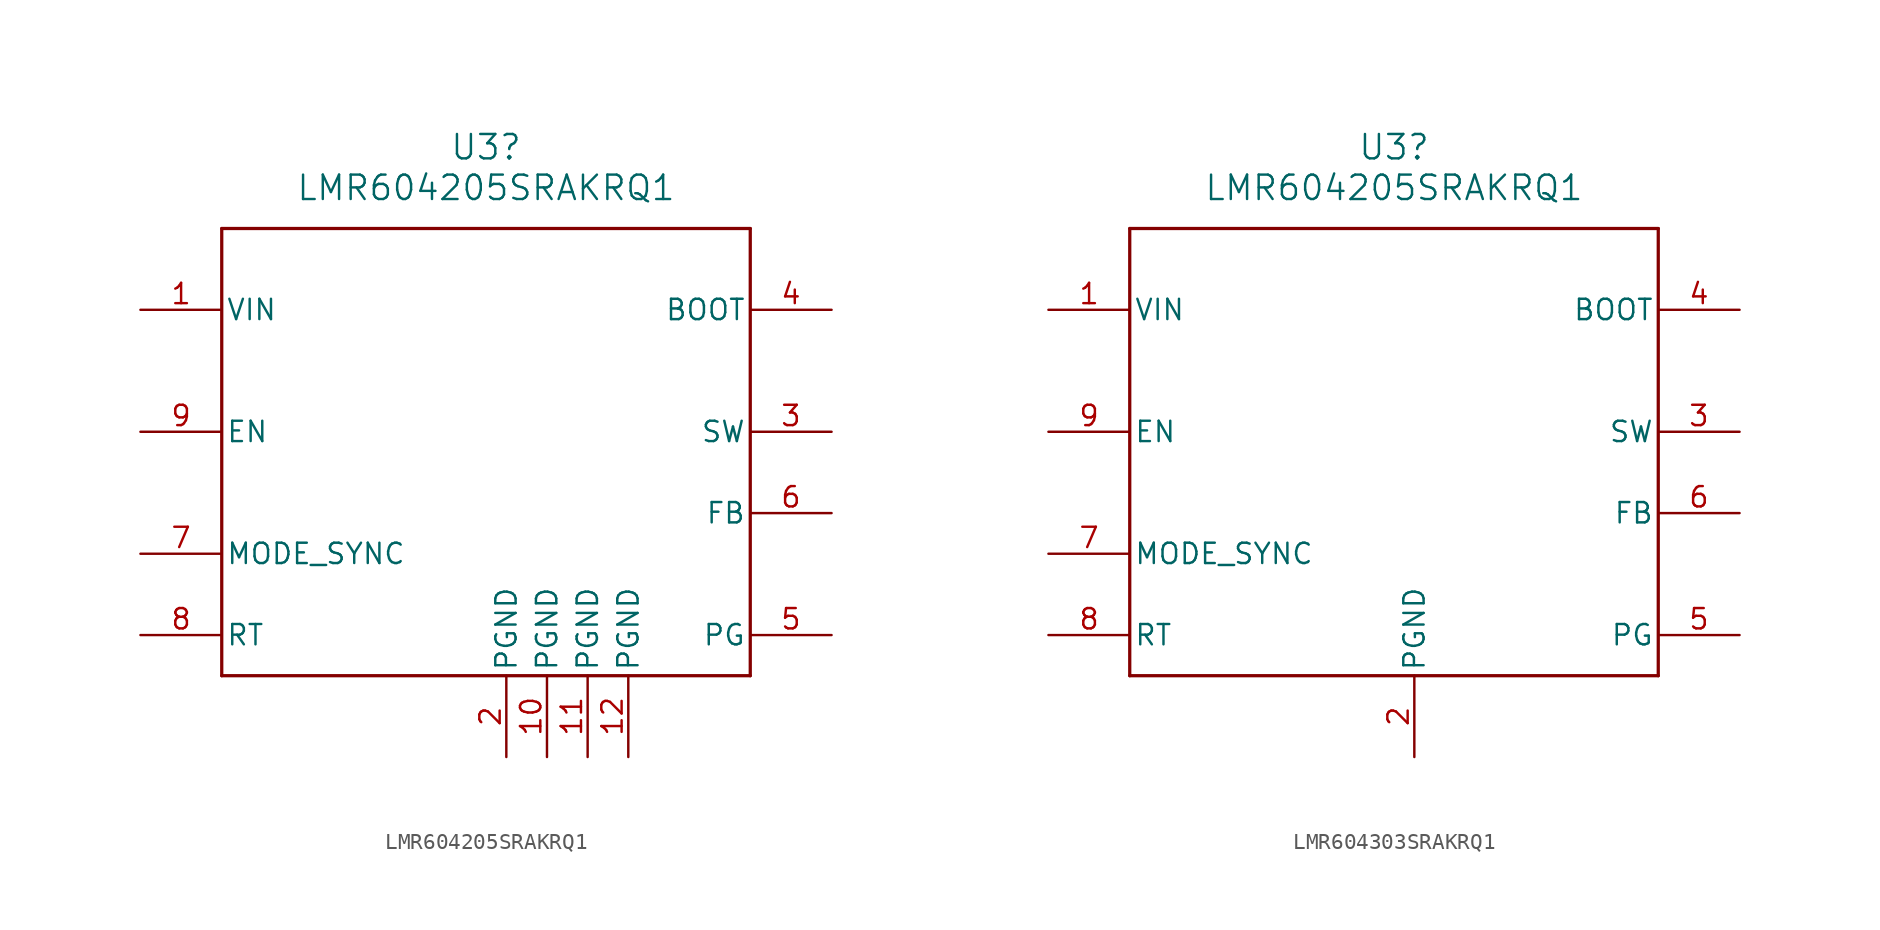
<source format=kicad_sym>
(kicad_symbol_lib
  (version 20241209)
  (generator "kicad_symbol_editor")
  (generator_version "9.0")
  (symbol "LMR604205SRAKRQ1"
    (pin_names
      (offset 0.254))
    (property "Reference" "U3"
      (at 21.59 10.16 0)
      (effects (font (size 1.524 1.524))))
    (property "Value" "LMR604205SRAKRQ1"
      (at 21.59 7.62 0)
      (effects (font (size 1.524 1.524))))
    (property "ki_locked" ""
      (at 0 0 0)
      (effects (font (size 1.27 1.27))))
    (symbol "LMR604205SRAKRQ1_0_1"
      (polyline (pts (xy 5.08 5.08) (xy 5.08 -22.86)) (stroke (width 0.203) (type default)) (fill (type none)))
      (polyline (pts (xy 5.08 -22.86) (xy 38.1 -22.86)) (stroke (width 0.203) (type default)) (fill (type none)))
      (polyline (pts (xy 38.1 5.08) (xy 5.08 5.08)) (stroke (width 0.203) (type default)) (fill (type none)))
      (polyline (pts (xy 38.1 -22.86) (xy 38.1 5.08)) (stroke (width 0.203) (type default)) (fill (type none)))
      (pin power_in line (at 0 0 0) (length 5.08) (name "VIN" (effects (font (size 1.27 1.27)))) (number "1" (effects (font (size 1.27 1.27)))))
      (pin input line (at 0 -7.62 0) (length 5.08) (name "EN" (effects (font (size 1.27 1.27)))) (number "9" (effects (font (size 1.27 1.27)))))
      (pin input line (at 0 -15.24 0) (length 5.08) (name "MODE_SYNC" (effects (font (size 1.27 1.27)))) (number "7" (effects (font (size 1.27 1.27)))))
      (pin input line (at 0 -20.32 0) (length 5.08) (name "RT" (effects (font (size 1.27 1.27)))) (number "8" (effects (font (size 1.27 1.27)))))
      (pin power_in line (at 22.86 -27.94 90) (length 5.08) (name "PGND" (effects (font (size 1.27 1.27)))) (number "2" (effects (font (size 1.27 1.27)))))
      (pin power_in line (at 25.4 -27.94 90) (length 5.08) (name "PGND" (effects (font (size 1.27 1.27)))) (number "10" (effects (font (size 1.27 1.27)))))
      (pin power_in line (at 27.94 -27.94 90) (length 5.08) (name "PGND" (effects (font (size 1.27 1.27)))) (number "11" (effects (font (size 1.27 1.27)))))
      (pin power_in line (at 30.48 -27.94 90) (length 5.08) (name "PGND" (effects (font (size 1.27 1.27)))) (number "12" (effects (font (size 1.27 1.27)))))
      (pin passive line (at 43.18 0 180) (length 5.08) (name "BOOT" (effects (font (size 1.27 1.27)))) (number "4" (effects (font (size 1.27 1.27)))))
      (pin input line (at 43.18 -12.7 180) (length 5.08) (name "FB" (effects (font (size 1.27 1.27)))) (number "6" (effects (font (size 1.27 1.27)))))
      (pin open_collector line (at 43.18 -20.32 180) (length 5.08) (name "PG" (effects (font (size 1.27 1.27)))) (number "5" (effects (font (size 1.27 1.27))))))
    (symbol "LMR604205SRAKRQ1_1_1"
      (pin power_out line (at 43.18 -7.62 180) (length 5.08) (name "SW" (effects (font (size 1.27 1.27)))) (number "3" (effects (font (size 1.27 1.27)))))))
  (symbol "LMR604303SRAKRQ1"
    (pin_names
      (offset 0.254))
    (property "Reference" "U3"
      (at 21.59 10.16 0)
      (effects (font (size 1.524 1.524))))
    (property "Value" "LMR604205SRAKRQ1"
      (at 21.59 7.62 0)
      (effects (font (size 1.524 1.524))))
    (property "ki_locked" ""
      (at 0 0 0)
      (effects (font (size 1.27 1.27))))
    (symbol "LMR604303SRAKRQ1_0_1"
      (polyline (pts (xy 5.08 5.08) (xy 5.08 -22.86)) (stroke (width 0.203) (type default)) (fill (type none)))
      (polyline (pts (xy 5.08 -22.86) (xy 38.1 -22.86)) (stroke (width 0.203) (type default)) (fill (type none)))
      (polyline (pts (xy 38.1 5.08) (xy 5.08 5.08)) (stroke (width 0.203) (type default)) (fill (type none)))
      (polyline (pts (xy 38.1 -22.86) (xy 38.1 5.08)) (stroke (width 0.203) (type default)) (fill (type none)))
      (pin power_in line (at 0 0 0) (length 5.08) (name "VIN" (effects (font (size 1.27 1.27)))) (number "1" (effects (font (size 1.27 1.27)))))
      (pin input line (at 0 -7.62 0) (length 5.08) (name "EN" (effects (font (size 1.27 1.27)))) (number "9" (effects (font (size 1.27 1.27)))))
      (pin unspecified line (at 0 -15.24 0) (length 5.08) (name "MODE_SYNC" (effects (font (size 1.27 1.27)))) (number "7" (effects (font (size 1.27 1.27)))))
      (pin unspecified line (at 0 -20.32 0) (length 5.08) (name "RT" (effects (font (size 1.27 1.27)))) (number "8" (effects (font (size 1.27 1.27)))))
      (pin power_in line (at 22.86 -27.94 90) (length 5.08) (name "PGND" (effects (font (size 1.27 1.27)))) (number "2" (effects (font (size 1.27 1.27)))))
      (pin power_in line (at 43.18 0 180) (length 5.08) (name "BOOT" (effects (font (size 1.27 1.27)))) (number "4" (effects (font (size 1.27 1.27)))))
      (pin power_in line (at 43.18 -7.62 180) (length 5.08) (name "SW" (effects (font (size 1.27 1.27)))) (number "3" (effects (font (size 1.27 1.27)))))
      (pin unspecified line (at 43.18 -12.7 180) (length 5.08) (name "FB" (effects (font (size 1.27 1.27)))) (number "6" (effects (font (size 1.27 1.27)))))
      (pin open_collector line (at 43.18 -20.32 180) (length 5.08) (name "PG" (effects (font (size 1.27 1.27)))) (number "5" (effects (font (size 1.27 1.27))))))))
</source>
